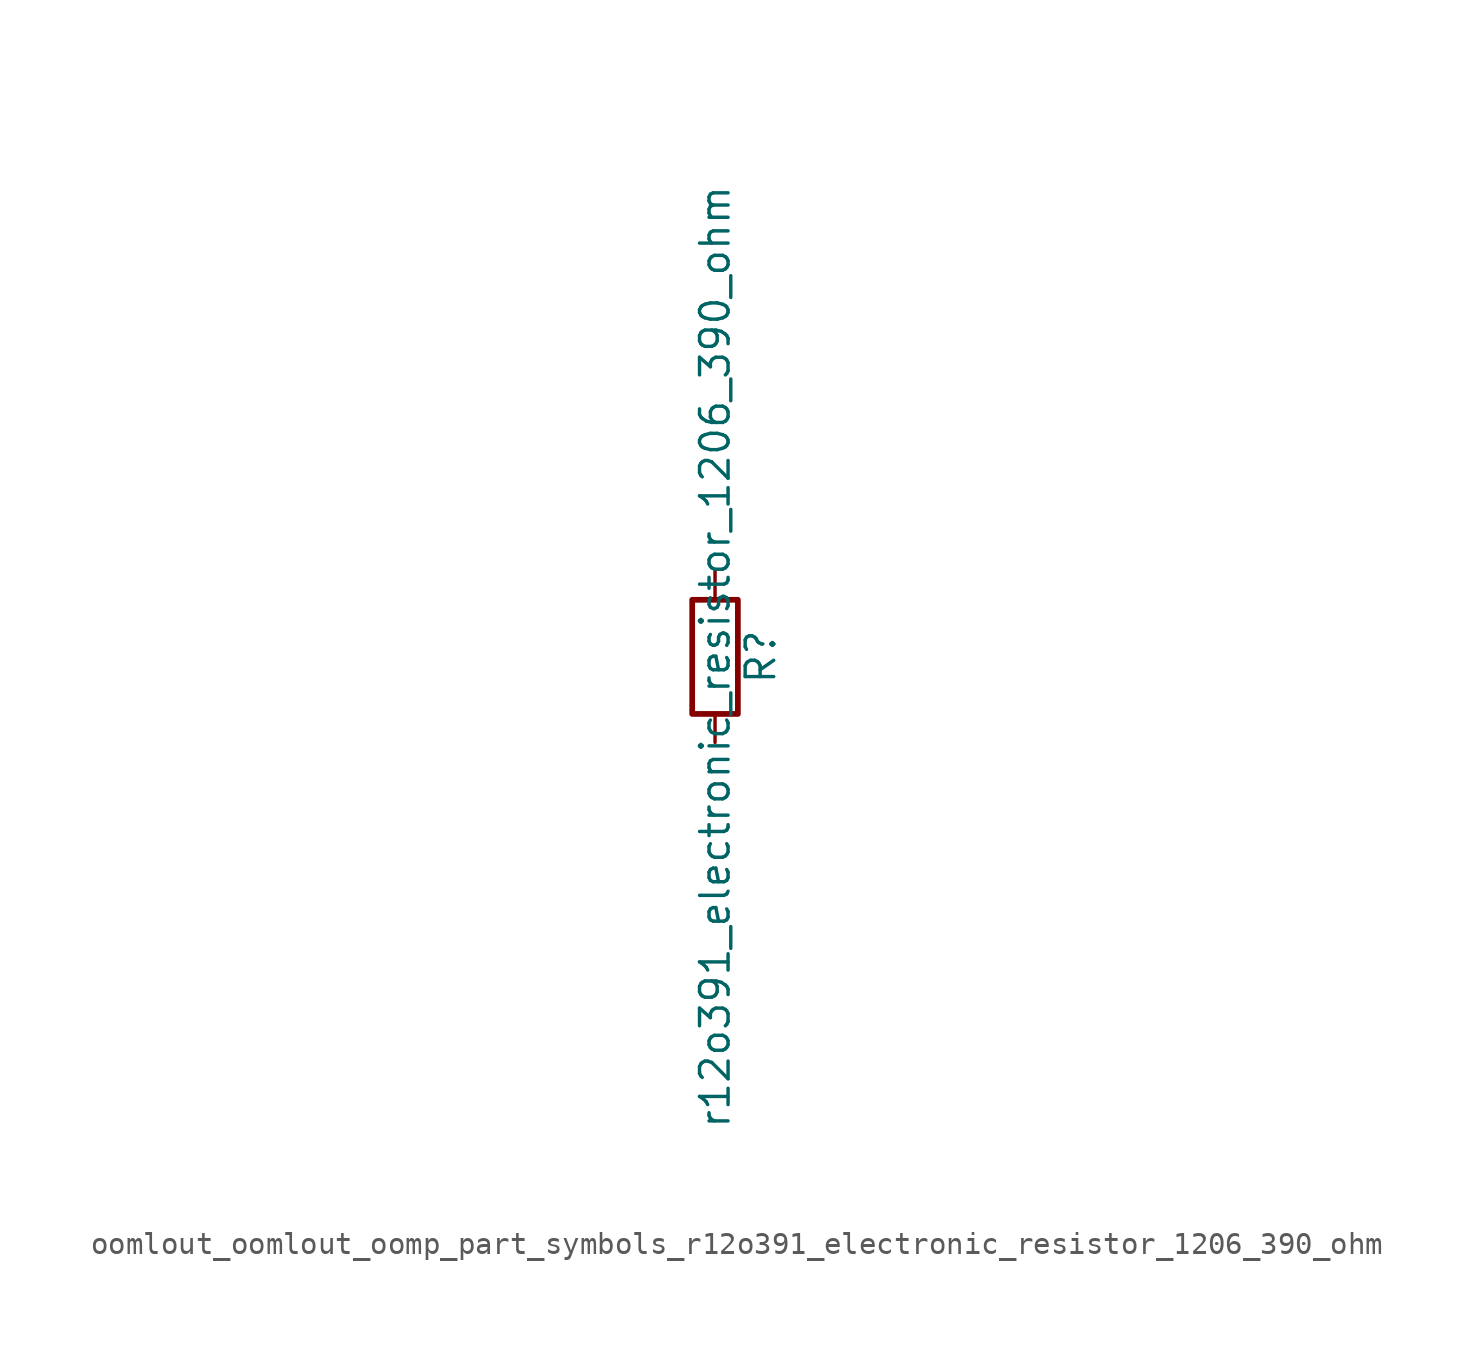
<source format=kicad_sym>
(kicad_symbol_lib
  (version 20220914)
  (generator kicad_symbol_editor)
  (symbol "oomlout_oomlout_oomp_part_symbols_r12o391_electronic_resistor_1206_390_ohm"
    (pin_numbers hide)
    (pin_names
      (offset 0))
    (property "Reference" "R"
      (at 2.032 0 90)
      (effects (font (size 1.27 1.27))))
    (property "Value" "r12o391_electronic_resistor_1206_390_ohm"
      (at 0 0 90)
      (effects (font (size 1.27 1.27))))
    (symbol "oomlout_oomlout_oomp_part_symbols_r12o391_electronic_resistor_1206_390_ohm_0_1"
      (rectangle (start -1.016 -2.54) (end 1.016 2.54) (stroke (width 0.254) (type default)) (fill (type none))))
    (symbol "oomlout_oomlout_oomp_part_symbols_r12o391_electronic_resistor_1206_390_ohm_1_1"
      (pin passive line (at 0 3.81 270) (length 1.27) (name "~" (effects (font (size 1.27 1.27)))) (number "1" (effects (font (size 1.27 1.27)))))
      (pin passive line (at 0 -3.81 90) (length 1.27) (name "~" (effects (font (size 1.27 1.27)))) (number "2" (effects (font (size 1.27 1.27))))))))
</source>
